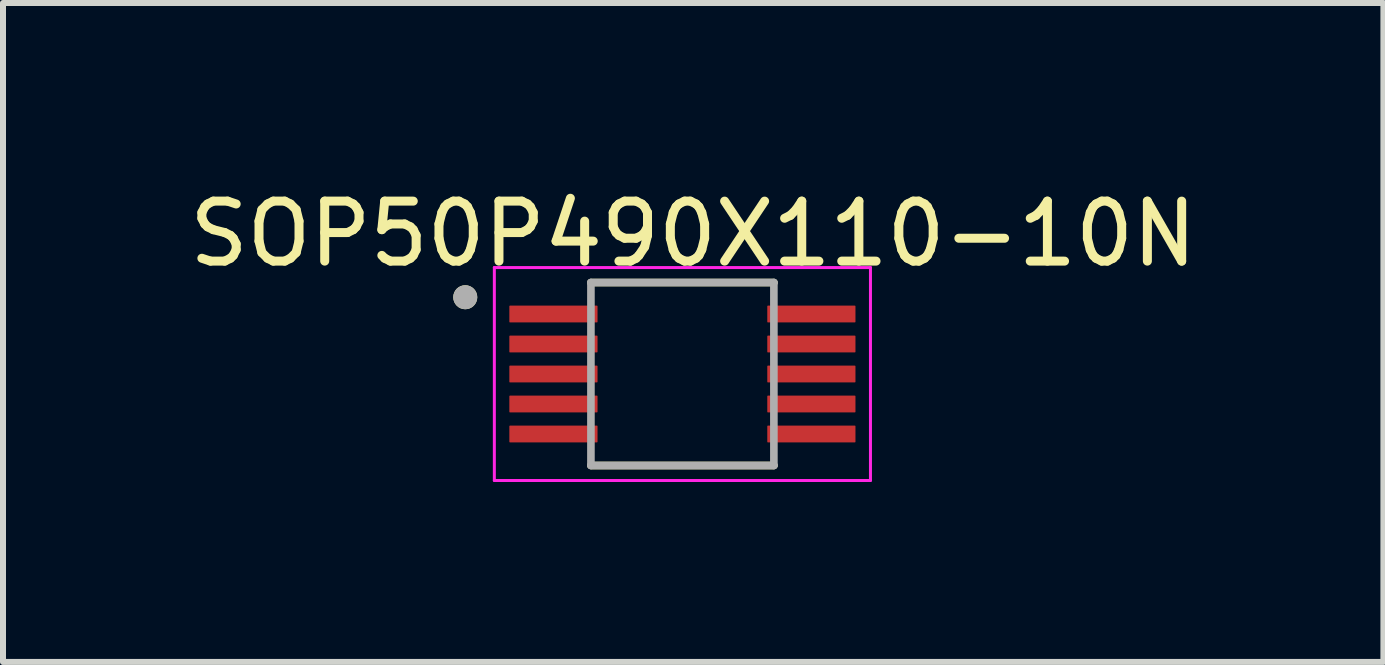
<source format=kicad_pcb>
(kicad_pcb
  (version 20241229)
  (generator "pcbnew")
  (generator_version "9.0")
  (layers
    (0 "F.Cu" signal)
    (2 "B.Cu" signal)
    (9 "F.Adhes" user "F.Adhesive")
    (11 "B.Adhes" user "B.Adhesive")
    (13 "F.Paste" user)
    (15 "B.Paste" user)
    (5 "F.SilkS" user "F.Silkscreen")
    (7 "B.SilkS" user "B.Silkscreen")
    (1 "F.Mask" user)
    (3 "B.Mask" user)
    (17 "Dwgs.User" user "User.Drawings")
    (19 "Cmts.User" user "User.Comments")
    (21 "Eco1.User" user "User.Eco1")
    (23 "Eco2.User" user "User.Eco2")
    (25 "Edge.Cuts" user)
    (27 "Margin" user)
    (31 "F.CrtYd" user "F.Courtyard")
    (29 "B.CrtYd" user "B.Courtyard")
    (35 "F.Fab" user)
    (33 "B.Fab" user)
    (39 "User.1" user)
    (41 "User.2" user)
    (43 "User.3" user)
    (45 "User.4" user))
  (footprint "SOP50P490X110-10N"
    (layer "F.Cu")
    (at 8.326 3.185)
    (property "Reference" "SOP50P490X110-10N" (at 0.18 -2.337 0) (layer "F.SilkS") (effects (font (size 1 1) (thickness 0.15))))
    (attr through_hole)
    (fp_line (start -1.525 -1.525) (end 1.525 -1.525) (stroke (width 0.127) (type solid)) (layer "F.SilkS"))
    (fp_line (start -1.525 1.525) (end 1.525 1.525) (stroke (width 0.127) (type solid)) (layer "F.SilkS"))
    (fp_circle (center -3.62 -1.28) (end -3.52 -1.28) (stroke (width 0.2) (type solid)) (fill no) (layer "F.SilkS"))
    (fp_line (start -3.135 -1.775) (end -3.135 1.775) (stroke (width 0.05) (type solid)) (layer "F.CrtYd"))
    (fp_line (start -3.135 -1.775) (end 3.135 -1.775) (stroke (width 0.05) (type solid)) (layer "F.CrtYd"))
    (fp_line (start -3.135 1.775) (end 3.135 1.775) (stroke (width 0.05) (type solid)) (layer "F.CrtYd"))
    (fp_line (start 3.135 -1.775) (end 3.135 1.775) (stroke (width 0.05) (type solid)) (layer "F.CrtYd"))
    (fp_line (start -1.525 -1.525) (end -1.525 1.525) (stroke (width 0.127) (type solid)) (layer "F.Fab"))
    (fp_line (start -1.525 -1.525) (end 1.525 -1.525) (stroke (width 0.127) (type solid)) (layer "F.Fab"))
    (fp_line (start -1.525 1.525) (end 1.525 1.525) (stroke (width 0.127) (type solid)) (layer "F.Fab"))
    (fp_line (start 1.525 -1.525) (end 1.525 1.525) (stroke (width 0.127) (type solid)) (layer "F.Fab"))
    (fp_circle (center -3.62 -1.28) (end -3.52 -1.28) (stroke (width 0.2) (type solid)) (fill no) (layer "F.Fab"))
    (pad "1" smd roundrect (at -2.15 -1) (size 1.47 0.28) (layers "F.Cu" "F.Mask" "F.Paste") (roundrect_rratio 0.04))
    (pad "2" smd roundrect (at -2.15 -0.5) (size 1.47 0.28) (layers "F.Cu" "F.Mask" "F.Paste") (roundrect_rratio 0.04))
    (pad "3" smd roundrect (at -2.15 0) (size 1.47 0.28) (layers "F.Cu" "F.Mask" "F.Paste") (roundrect_rratio 0.04))
    (pad "4" smd roundrect (at -2.15 0.5) (size 1.47 0.28) (layers "F.Cu" "F.Mask" "F.Paste") (roundrect_rratio 0.04))
    (pad "5" smd roundrect (at -2.15 1) (size 1.47 0.28) (layers "F.Cu" "F.Mask" "F.Paste") (roundrect_rratio 0.04))
    (pad "6" smd roundrect (at 2.15 1) (size 1.47 0.28) (layers "F.Cu" "F.Mask" "F.Paste") (roundrect_rratio 0.04))
    (pad "7" smd roundrect (at 2.15 0.5) (size 1.47 0.28) (layers "F.Cu" "F.Mask" "F.Paste") (roundrect_rratio 0.04))
    (pad "8" smd roundrect (at 2.15 0) (size 1.47 0.28) (layers "F.Cu" "F.Mask" "F.Paste") (roundrect_rratio 0.04))
    (pad "9" smd roundrect (at 2.15 -0.5) (size 1.47 0.28) (layers "F.Cu" "F.Mask" "F.Paste") (roundrect_rratio 0.04))
    (pad "10" smd roundrect (at 2.15 -1) (size 1.47 0.28) (layers "F.Cu" "F.Mask" "F.Paste") (roundrect_rratio 0.04)))
  (gr_rect
    (start -3 -3)
    (end 20.012 7.985)
    (stroke (width 0.1) (type default))
    (fill no)
    (layer "Edge.Cuts")))
</source>
